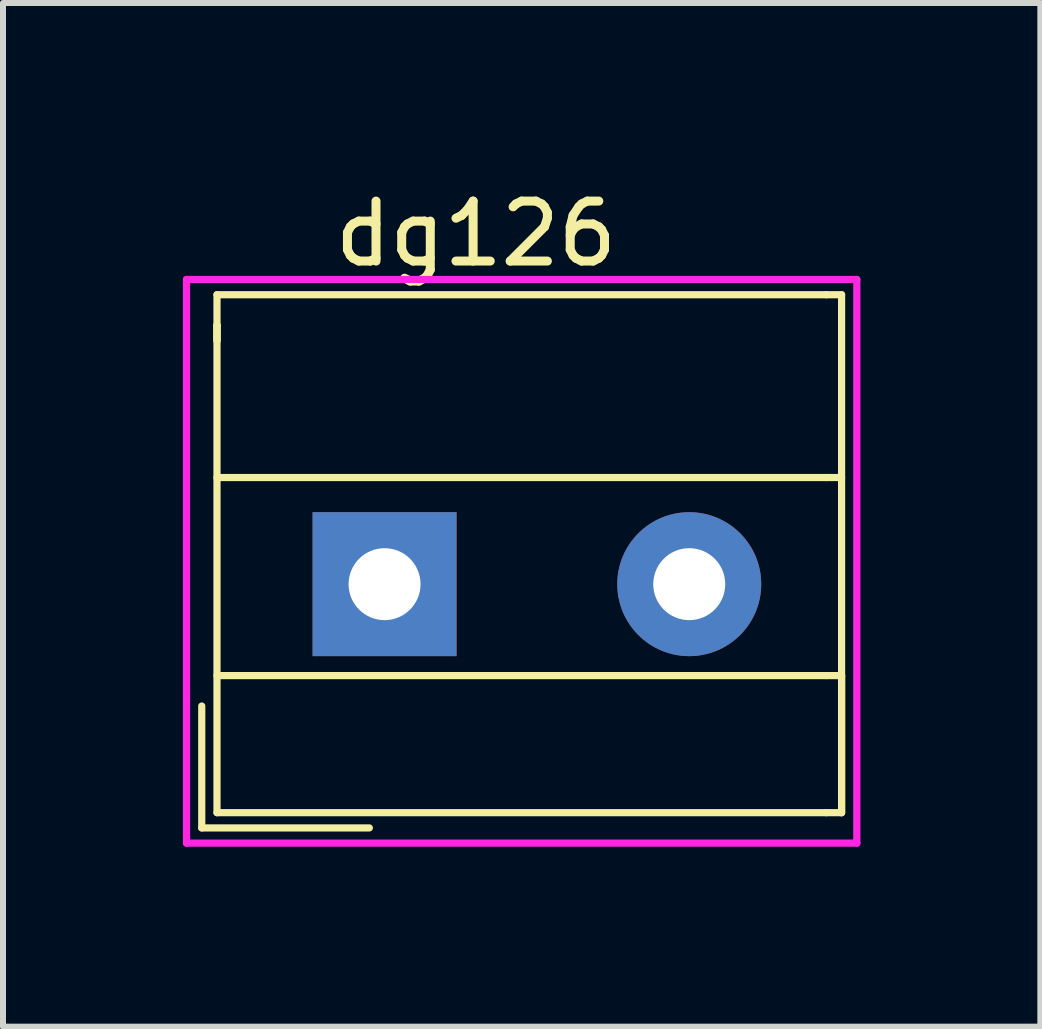
<source format=kicad_pcb>
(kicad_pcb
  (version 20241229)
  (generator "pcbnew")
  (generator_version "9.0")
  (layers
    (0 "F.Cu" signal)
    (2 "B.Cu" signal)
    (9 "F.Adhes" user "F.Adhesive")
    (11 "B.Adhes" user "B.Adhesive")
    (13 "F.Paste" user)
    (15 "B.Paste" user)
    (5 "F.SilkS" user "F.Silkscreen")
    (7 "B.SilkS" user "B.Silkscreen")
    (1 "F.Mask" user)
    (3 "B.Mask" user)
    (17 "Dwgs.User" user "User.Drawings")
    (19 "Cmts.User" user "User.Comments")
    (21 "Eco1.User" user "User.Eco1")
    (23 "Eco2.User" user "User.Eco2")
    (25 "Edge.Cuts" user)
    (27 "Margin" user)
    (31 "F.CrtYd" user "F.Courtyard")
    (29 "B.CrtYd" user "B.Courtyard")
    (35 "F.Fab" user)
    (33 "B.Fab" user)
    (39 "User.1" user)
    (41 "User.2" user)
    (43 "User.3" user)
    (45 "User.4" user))
  (footprint "dg126"
    (layer "F.Cu")
    (at 3.362 6.69)
    (property "Reference" "dg126" (at 1.524 -5.842 0) (layer "F.SilkS") (effects (font (size 1 1) (thickness 0.15))))
    (attr through_hole)
    (fp_line (start -3.048 2.032) (end -3.048 4.064) (stroke (width 0.12) (type solid)) (layer "F.SilkS"))
    (fp_line (start -3.048 4.064) (end -0.254 4.064) (stroke (width 0.12) (type solid)) (layer "F.SilkS"))
    (fp_line (start -2.794 -4.826) (end -2.794 -4.318) (stroke (width 0.12) (type solid)) (layer "F.SilkS"))
    (fp_line (start -2.794 -4.826) (end 7.366 -4.826) (stroke (width 0.12) (type solid)) (layer "F.SilkS"))
    (fp_line (start -2.794 -4.318) (end -2.794 -4.064) (stroke (width 0.12) (type solid)) (layer "F.SilkS"))
    (fp_line (start -2.794 -4.064) (end -2.794 -4.318) (stroke (width 0.12) (type solid)) (layer "F.SilkS"))
    (fp_line (start -2.794 -1.778) (end 7.366 -1.778) (stroke (width 0.12) (type solid)) (layer "F.SilkS"))
    (fp_line (start -2.794 1.524) (end 7.366 1.524) (stroke (width 0.12) (type solid)) (layer "F.SilkS"))
    (fp_line (start -2.794 3.81) (end -2.794 -4.318) (stroke (width 0.12) (type solid)) (layer "F.SilkS"))
    (fp_line (start 7.366 -1.778) (end 7.62 -1.778) (stroke (width 0.12) (type solid)) (layer "F.SilkS"))
    (fp_line (start 7.366 1.524) (end 7.62 1.524) (stroke (width 0.12) (type solid)) (layer "F.SilkS"))
    (fp_line (start 7.366 3.81) (end -2.794 3.81) (stroke (width 0.12) (type solid)) (layer "F.SilkS"))
    (fp_line (start 7.62 -4.826) (end 7.366 -4.826) (stroke (width 0.12) (type solid)) (layer "F.SilkS"))
    (fp_line (start 7.62 1.524) (end 7.62 3.81) (stroke (width 0.12) (type solid)) (layer "F.SilkS"))
    (fp_line (start 7.62 3.81) (end 7.366 3.81) (stroke (width 0.12) (type solid)) (layer "F.SilkS"))
    (fp_line (start 7.62 3.81) (end 7.62 -4.826) (stroke (width 0.12) (type solid)) (layer "F.SilkS"))
    (fp_line (start -3.302 -5.08) (end 7.874 -5.08) (stroke (width 0.12) (type solid)) (layer "F.CrtYd"))
    (fp_line (start -3.302 4.318) (end -3.302 -5.08) (stroke (width 0.12) (type solid)) (layer "F.CrtYd"))
    (fp_line (start 7.874 -5.08) (end 7.874 4.318) (stroke (width 0.12) (type solid)) (layer "F.CrtYd"))
    (fp_line (start 7.874 4.318) (end -3.302 4.318) (stroke (width 0.12) (type solid)) (layer "F.CrtYd"))
    (pad "1" thru_hole rect (at 0 0) (size 2.4 2.4) (drill 1.2) (layers "*.Cu" "*.Mask"))
    (pad "2" thru_hole circle (at 5.08 0) (size 2.4 2.4) (drill 1.2) (layers "*.Cu" "*.Mask")))
  (gr_rect
    (start -3 -3)
    (end 14.296 14.068)
    (stroke (width 0.1) (type default))
    (fill no)
    (layer "Edge.Cuts")))
</source>
